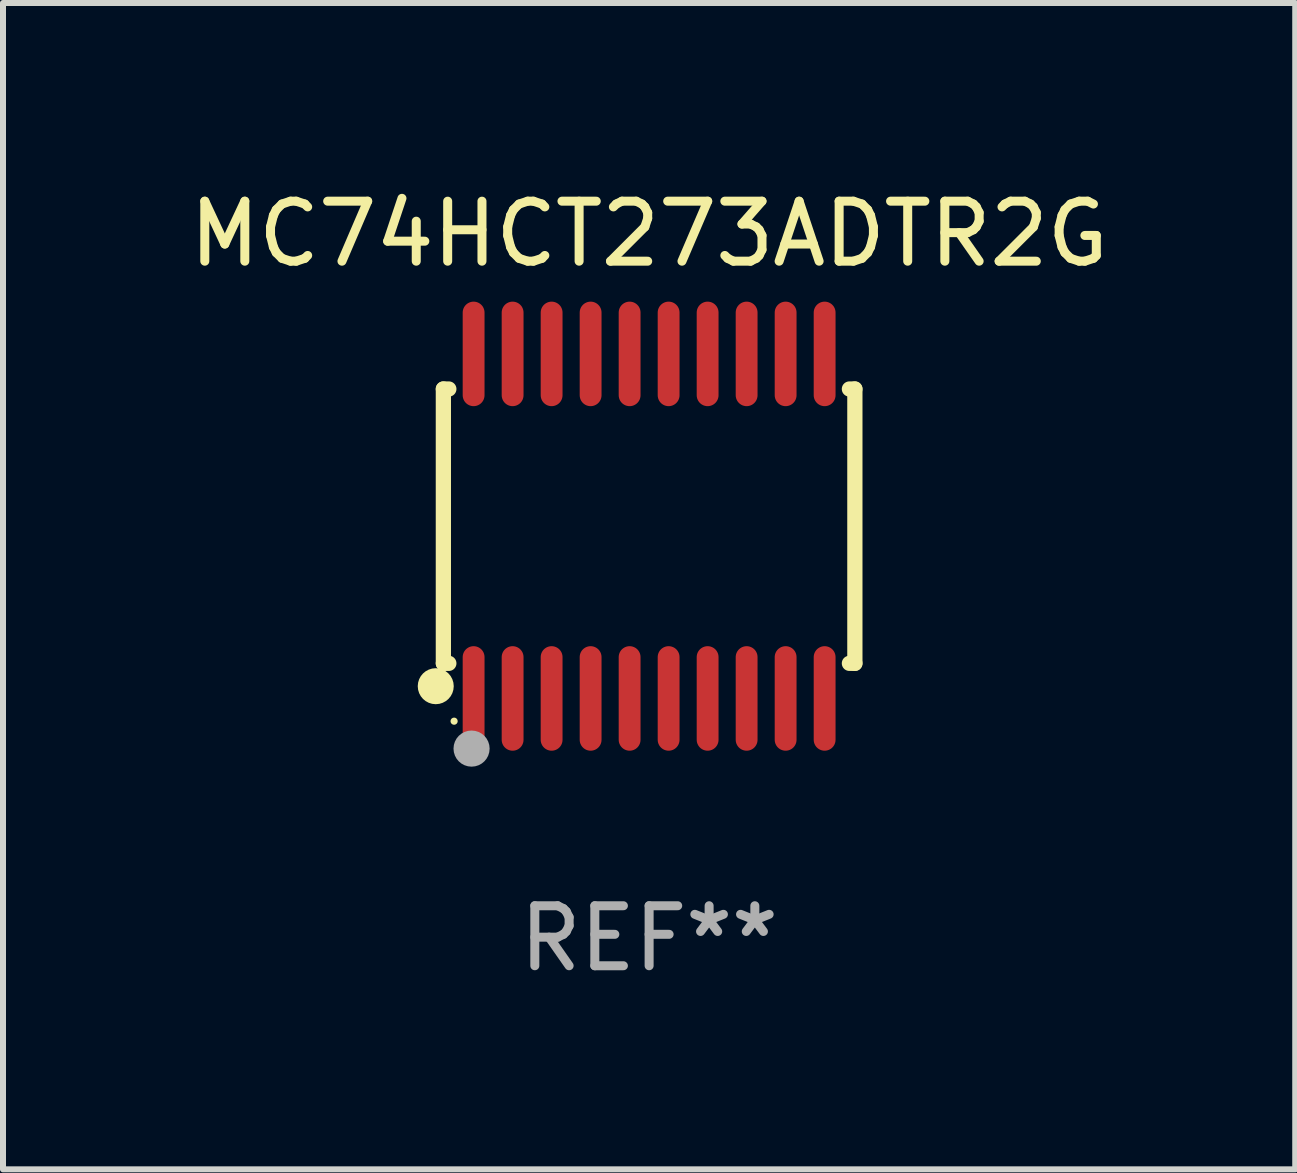
<source format=kicad_pcb>
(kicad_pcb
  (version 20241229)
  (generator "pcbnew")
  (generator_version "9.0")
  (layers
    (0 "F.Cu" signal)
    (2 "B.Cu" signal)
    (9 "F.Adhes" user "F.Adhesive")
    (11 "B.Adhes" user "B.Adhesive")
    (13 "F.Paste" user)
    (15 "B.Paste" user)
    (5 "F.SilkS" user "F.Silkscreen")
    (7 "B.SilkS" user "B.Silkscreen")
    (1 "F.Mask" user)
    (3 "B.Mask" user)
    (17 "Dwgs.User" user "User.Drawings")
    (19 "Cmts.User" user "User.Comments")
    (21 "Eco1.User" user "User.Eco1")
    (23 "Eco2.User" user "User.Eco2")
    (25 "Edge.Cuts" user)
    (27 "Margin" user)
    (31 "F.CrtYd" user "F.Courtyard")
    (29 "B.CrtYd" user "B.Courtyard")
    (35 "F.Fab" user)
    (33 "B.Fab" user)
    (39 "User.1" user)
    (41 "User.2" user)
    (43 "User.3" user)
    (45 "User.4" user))
  (footprint "MC74HCT273ADTR2G"
    (layer "F.Cu")
    (at 7.768 5.719)
    (property "Reference" "MC74HCT273ADTR2G" (at 0 -4.871 0) (layer "F.SilkS") (effects (font (size 1 1) (thickness 0.15))))
    (attr through_hole)
    (fp_line (start -3.429 -2.286) (end -3.429 2.286) (stroke (width 0.254) (type solid)) (layer "F.SilkS"))
    (fp_line (start -3.429 2.286) (end -3.338 2.286) (stroke (width 0.254) (type solid)) (layer "F.SilkS"))
    (fp_line (start -3.338 -2.286) (end -3.429 -2.286) (stroke (width 0.254) (type solid)) (layer "F.SilkS"))
    (fp_line (start 3.338 -2.286) (end 3.429 -2.286) (stroke (width 0.254) (type solid)) (layer "F.SilkS"))
    (fp_line (start 3.429 -2.286) (end 3.429 2.286) (stroke (width 0.254) (type solid)) (layer "F.SilkS"))
    (fp_line (start 3.429 2.286) (end 3.338 2.286) (stroke (width 0.254) (type solid)) (layer "F.SilkS"))
    (fp_circle (center -3.556 2.667) (end -3.406 2.667) (stroke (width 0.3) (type solid)) (fill no) (layer "F.SilkS"))
    (fp_circle (center -3.25 3.25) (end -3.22 3.25) (stroke (width 0.06) (type solid)) (fill no) (layer "F.SilkS"))
    (fp_circle (center -2.959 3.707) (end -2.808 3.707) (stroke (width 0.3) (type solid)) (fill no) (layer "F.Fab"))
    (fp_text user "REF**" (at 0 6.871 0) (layer "F.Fab") (effects (font (size 1 1) (thickness 0.15))))
    (pad "1" smd oval (at -2.925 2.871) (size 0.364 1.742) (layers "F.Cu" "F.Mask" "F.Paste"))
    (pad "2" smd oval (at -2.275 2.871) (size 0.364 1.742) (layers "F.Cu" "F.Mask" "F.Paste"))
    (pad "3" smd oval (at -1.625 2.871) (size 0.364 1.742) (layers "F.Cu" "F.Mask" "F.Paste"))
    (pad "4" smd oval (at -0.975 2.871) (size 0.364 1.742) (layers "F.Cu" "F.Mask" "F.Paste"))
    (pad "5" smd oval (at -0.325 2.871) (size 0.364 1.742) (layers "F.Cu" "F.Mask" "F.Paste"))
    (pad "6" smd oval (at 0.325 2.871) (size 0.364 1.742) (layers "F.Cu" "F.Mask" "F.Paste"))
    (pad "7" smd oval (at 0.975 2.871) (size 0.364 1.742) (layers "F.Cu" "F.Mask" "F.Paste"))
    (pad "8" smd oval (at 1.625 2.871) (size 0.364 1.742) (layers "F.Cu" "F.Mask" "F.Paste"))
    (pad "9" smd oval (at 2.275 2.871) (size 0.364 1.742) (layers "F.Cu" "F.Mask" "F.Paste"))
    (pad "10" smd oval (at 2.925 2.871) (size 0.364 1.742) (layers "F.Cu" "F.Mask" "F.Paste"))
    (pad "11" smd oval (at 2.925 -2.871) (size 0.364 1.742) (layers "F.Cu" "F.Mask" "F.Paste"))
    (pad "12" smd oval (at 2.275 -2.871) (size 0.364 1.742) (layers "F.Cu" "F.Mask" "F.Paste"))
    (pad "13" smd oval (at 1.625 -2.871) (size 0.364 1.742) (layers "F.Cu" "F.Mask" "F.Paste"))
    (pad "14" smd oval (at 0.975 -2.871) (size 0.364 1.742) (layers "F.Cu" "F.Mask" "F.Paste"))
    (pad "15" smd oval (at 0.325 -2.871) (size 0.364 1.742) (layers "F.Cu" "F.Mask" "F.Paste"))
    (pad "16" smd oval (at -0.325 -2.871) (size 0.364 1.742) (layers "F.Cu" "F.Mask" "F.Paste"))
    (pad "17" smd oval (at -0.975 -2.871) (size 0.364 1.742) (layers "F.Cu" "F.Mask" "F.Paste"))
    (pad "18" smd oval (at -1.625 -2.871) (size 0.364 1.742) (layers "F.Cu" "F.Mask" "F.Paste"))
    (pad "19" smd oval (at -2.275 -2.871) (size 0.364 1.742) (layers "F.Cu" "F.Mask" "F.Paste"))
    (pad "20" smd oval (at -2.925 -2.871) (size 0.364 1.742) (layers "F.Cu" "F.Mask" "F.Paste")))
  (gr_rect
    (start -3 -3)
    (end 18.536 16.438)
    (stroke (width 0.1) (type default))
    (fill no)
    (layer "Edge.Cuts")))
</source>
